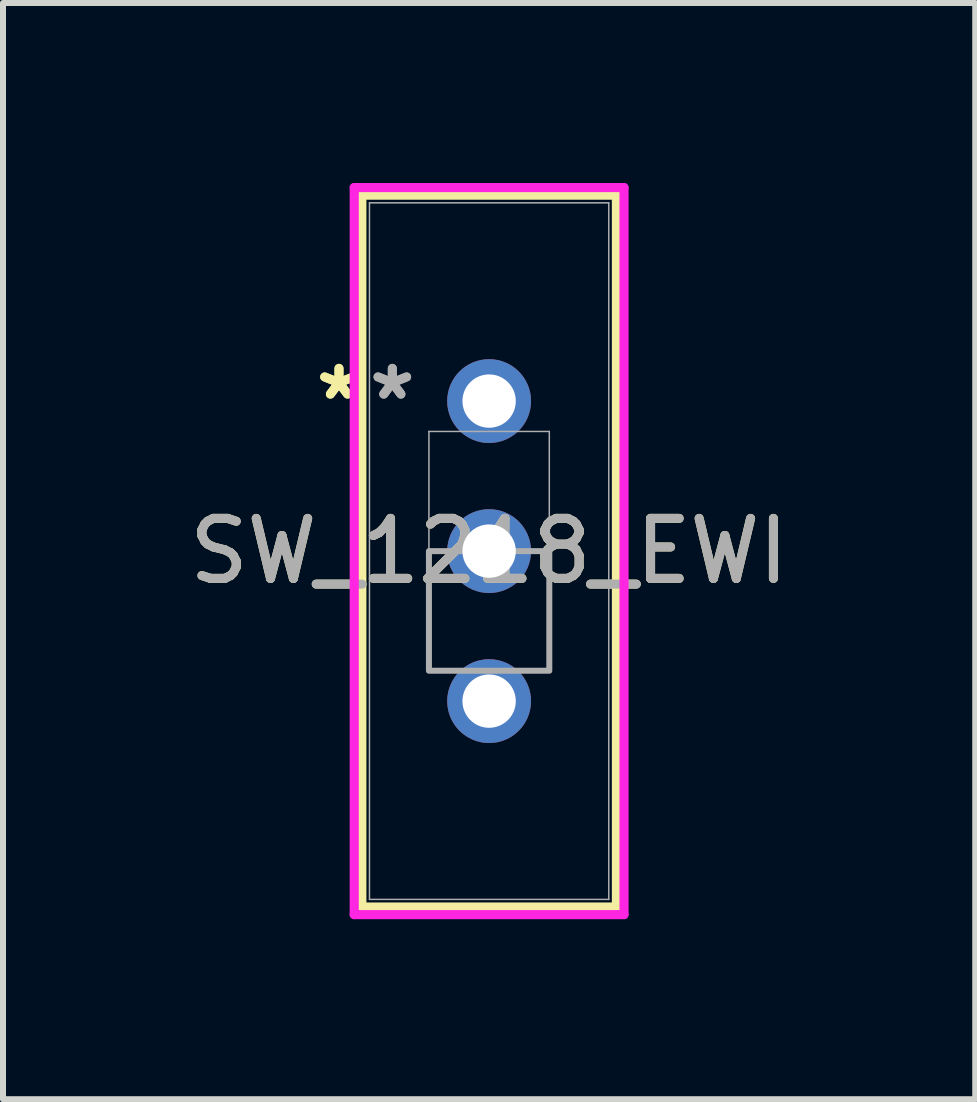
<source format=kicad_pcb>
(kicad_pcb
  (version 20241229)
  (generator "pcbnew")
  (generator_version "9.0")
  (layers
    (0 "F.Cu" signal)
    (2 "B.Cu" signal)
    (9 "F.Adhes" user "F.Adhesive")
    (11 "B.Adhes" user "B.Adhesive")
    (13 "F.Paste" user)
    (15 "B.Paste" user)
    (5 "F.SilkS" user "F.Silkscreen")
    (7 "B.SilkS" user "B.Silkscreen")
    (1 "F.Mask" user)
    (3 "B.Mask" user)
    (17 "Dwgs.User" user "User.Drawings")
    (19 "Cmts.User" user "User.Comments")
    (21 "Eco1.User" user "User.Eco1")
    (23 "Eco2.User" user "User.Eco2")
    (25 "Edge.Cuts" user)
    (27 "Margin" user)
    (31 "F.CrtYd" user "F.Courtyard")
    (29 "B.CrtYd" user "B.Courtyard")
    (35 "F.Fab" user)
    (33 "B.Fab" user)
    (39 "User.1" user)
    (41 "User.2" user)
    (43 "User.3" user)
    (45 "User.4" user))
  (footprint "SW_1218_EWI"
    (layer "F.Cu")
    (at 5.101 3.634)
    (property "Reference" "SW_1218_EWI" (at 0 2.5 0) (unlocked yes) (layer "F.SilkS") (effects (font (size 1 1) (thickness 0.15))))
    (attr through_hole)
    (fp_line (start -2.121 -3.431) (end -2.121 8.431) (stroke (width 0.152) (type solid)) (layer "F.SilkS"))
    (fp_line (start -2.121 8.431) (end 2.121 8.431) (stroke (width 0.152) (type solid)) (layer "F.SilkS"))
    (fp_line (start 2.121 -3.431) (end -2.121 -3.431) (stroke (width 0.152) (type solid)) (layer "F.SilkS"))
    (fp_line (start 2.121 8.431) (end 2.121 -3.431) (stroke (width 0.152) (type solid)) (layer "F.SilkS"))
    (fp_line (start -2.248 -3.558) (end -2.248 8.558) (stroke (width 0.152) (type solid)) (layer "F.CrtYd"))
    (fp_line (start -2.248 8.558) (end 2.248 8.558) (stroke (width 0.152) (type solid)) (layer "F.CrtYd"))
    (fp_line (start 2.248 -3.558) (end -2.248 -3.558) (stroke (width 0.152) (type solid)) (layer "F.CrtYd"))
    (fp_line (start 2.248 8.558) (end 2.248 -3.558) (stroke (width 0.152) (type solid)) (layer "F.CrtYd"))
    (fp_line (start -1.994 -3.304) (end -1.994 8.304) (stroke (width 0.025) (type solid)) (layer "F.Fab"))
    (fp_line (start -1.994 8.304) (end 1.994 8.304) (stroke (width 0.025) (type solid)) (layer "F.Fab"))
    (fp_line (start -1.003 0.506) (end 1.003 0.506) (stroke (width 0.025) (type solid)) (layer "F.Fab"))
    (fp_line (start -1.003 4.494) (end -1.003 0.506) (stroke (width 0.025) (type solid)) (layer "F.Fab"))
    (fp_line (start 1.003 0.506) (end 1.003 4.494) (stroke (width 0.025) (type solid)) (layer "F.Fab"))
    (fp_line (start 1.003 4.494) (end -1.003 4.494) (stroke (width 0.025) (type solid)) (layer "F.Fab"))
    (fp_line (start 1.994 -3.304) (end -1.994 -3.304) (stroke (width 0.025) (type solid)) (layer "F.Fab"))
    (fp_line (start 1.994 8.304) (end 1.994 -3.304) (stroke (width 0.025) (type solid)) (layer "F.Fab"))
    (fp_poly (pts (xy -1.003 4.494) (xy -1.003 2.5) (xy 1.003 2.5) (xy 1.003 4.494)) (stroke (width 0.1) (type solid)) (fill no) (layer "F.Fab"))
    (fp_text user "*" (at -2.502 0 0) (unlocked yes) (layer "F.SilkS") (effects (font (size 1 1) (thickness 0.15))))
    (fp_text user "*" (at -2.502 0 0) (layer "F.SilkS") (effects (font (size 1 1) (thickness 0.15))))
    (fp_text user "${REFERENCE}" (at 0 2.5 0) (unlocked yes) (layer "F.Fab") (effects (font (size 1 1) (thickness 0.15))))
    (fp_text user "*" (at -1.613 0 0) (unlocked yes) (layer "F.Fab") (effects (font (size 1 1) (thickness 0.15))))
    (fp_text user "*" (at -1.613 0 0) (layer "F.Fab") (effects (font (size 1 1) (thickness 0.15))))
    (pad "1" thru_hole circle (at 0 0) (size 1.397 1.397) (drill 0.889) (layers "*.Cu" "*.Mask"))
    (pad "2" thru_hole circle (at 0 2.5) (size 1.397 1.397) (drill 0.889) (layers "*.Cu" "*.Mask"))
    (pad "3" thru_hole circle (at 0 5) (size 1.397 1.397) (drill 0.889) (layers "*.Cu" "*.Mask")))
  (gr_rect
    (start -3 -3)
    (end 13.202 15.268)
    (stroke (width 0.1) (type default))
    (fill no)
    (layer "Edge.Cuts")))
</source>
